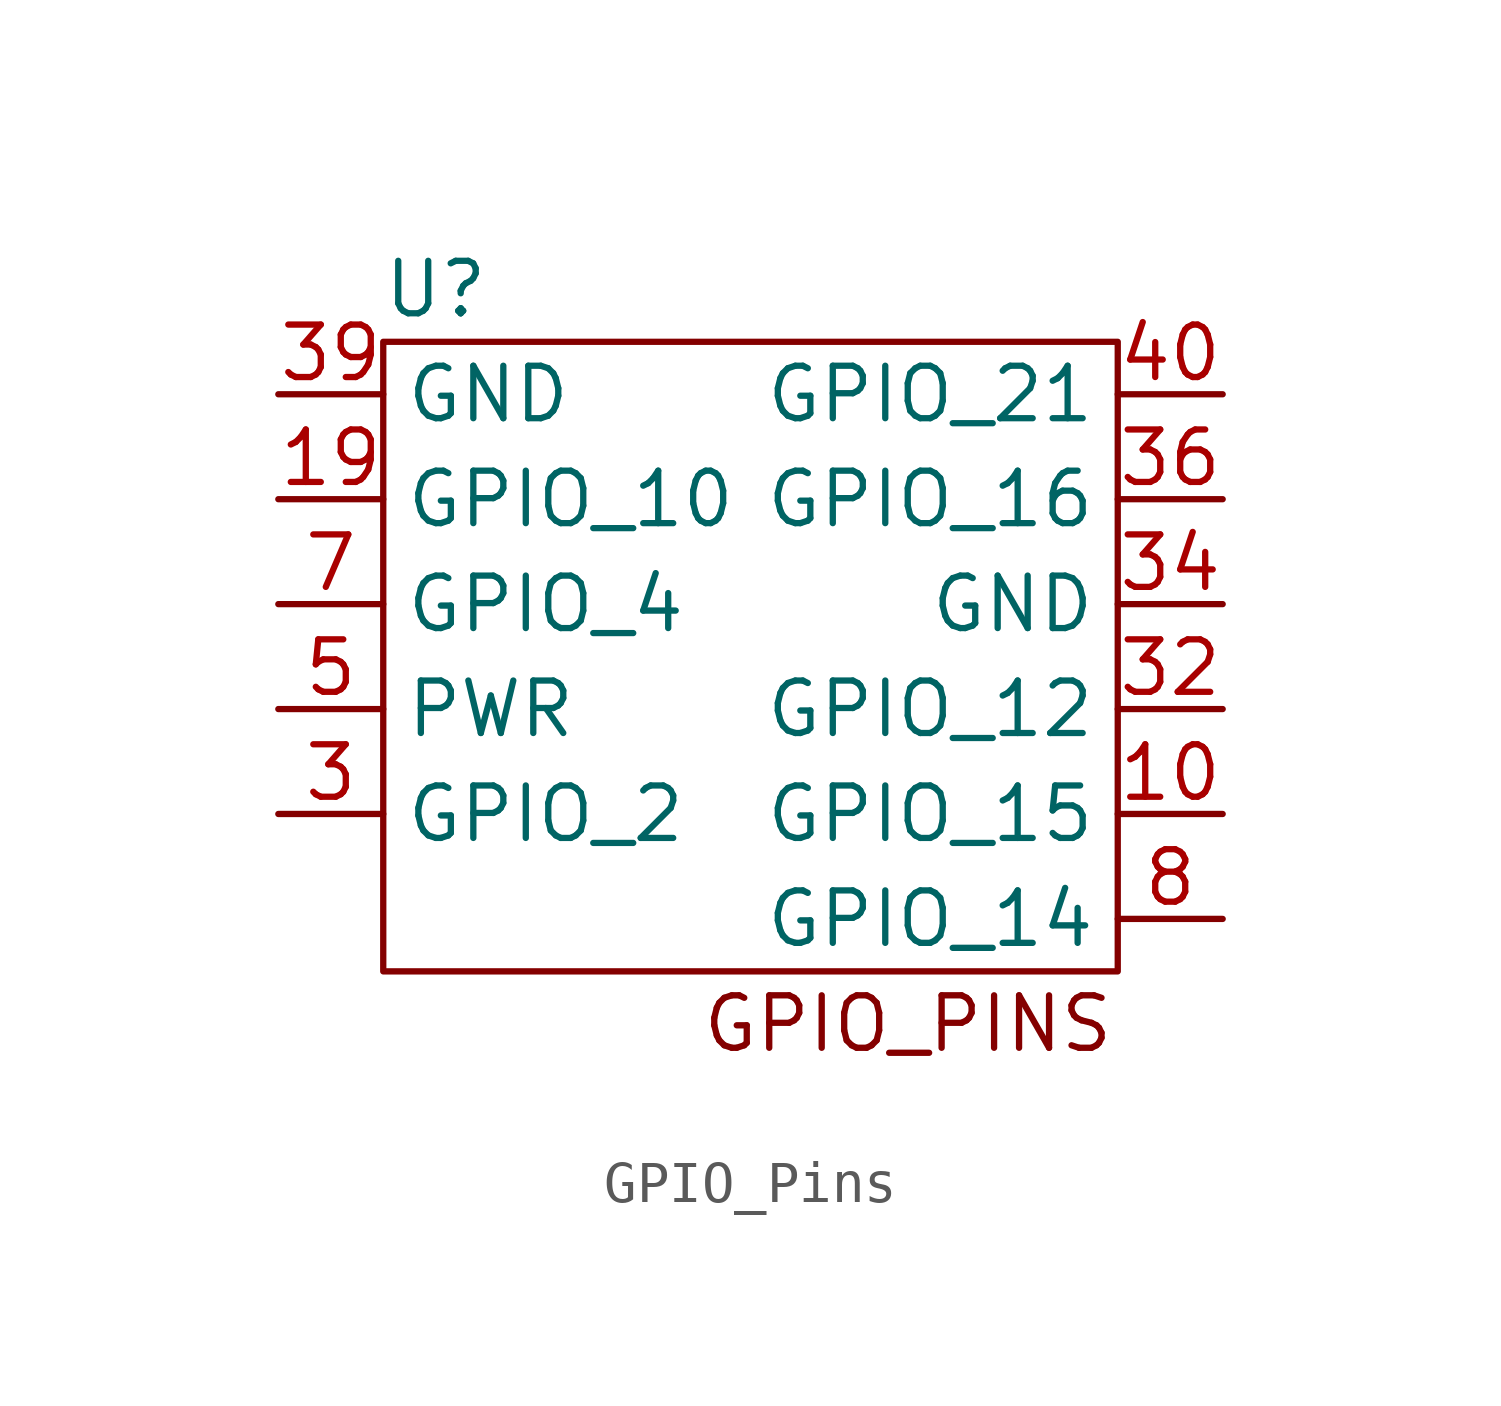
<source format=kicad_sym>
(kicad_symbol_lib
  (version 20220914)
  (generator kicad_symbol_editor)
  (symbol "GPIO_Pins"
    (property "Reference" "U"
      (at -7.62 8.89 0)
      (effects (font (size 1.27 1.27))))
    (property "Value" ""
      (at -2.54 5.08 0)
      (effects (font (size 1.27 1.27))))
    (symbol "GPIO_Pins_0_1"
      (rectangle (start -8.89 7.62) (end 8.89 -7.62) (stroke (width 0) (type default)) (fill (type none))))
    (symbol "GPIO_Pins_1_1"
      (text "GPIO_PINS\n" (at 3.81 -8.89 0) (effects (font (size 1.27 1.27))))
      (pin output line (at 11.43 -3.81 180) (length 2.54) (name "GPIO_15" (effects (font (size 1.27 1.27)))) (number "10" (effects (font (size 1.27 1.27)))))
      (pin output line (at -11.43 3.81 0) (length 2.54) (name "GPIO_10" (effects (font (size 1.27 1.27)))) (number "19" (effects (font (size 1.27 1.27)))))
      (pin output line (at -11.43 -3.81 0) (length 2.54) (name "GPIO_2" (effects (font (size 1.27 1.27)))) (number "3" (effects (font (size 1.27 1.27)))))
      (pin output line (at 11.43 -1.27 180) (length 2.54) (name "GPIO_12" (effects (font (size 1.27 1.27)))) (number "32" (effects (font (size 1.27 1.27)))))
      (pin input line (at 11.43 1.27 180) (length 2.54) (name "GND" (effects (font (size 1.27 1.27)))) (number "34" (effects (font (size 1.27 1.27)))))
      (pin output line (at 11.43 3.81 180) (length 2.54) (name "GPIO_16" (effects (font (size 1.27 1.27)))) (number "36" (effects (font (size 1.27 1.27)))))
      (pin input line (at -11.43 6.35 0) (length 2.54) (name "GND" (effects (font (size 1.27 1.27)))) (number "39" (effects (font (size 1.27 1.27)))))
      (pin output line (at 11.43 6.35 180) (length 2.54) (name "GPIO_21" (effects (font (size 1.27 1.27)))) (number "40" (effects (font (size 1.27 1.27)))))
      (pin output line (at -11.43 -1.27 0) (length 2.54) (name "PWR" (effects (font (size 1.27 1.27)))) (number "5" (effects (font (size 1.27 1.27)))))
      (pin output line (at -11.43 1.27 0) (length 2.54) (name "GPIO_4" (effects (font (size 1.27 1.27)))) (number "7" (effects (font (size 1.27 1.27)))))
      (pin output line (at 11.43 -6.35 180) (length 2.54) (name "GPIO_14" (effects (font (size 1.27 1.27)))) (number "8" (effects (font (size 1.27 1.27))))))))
</source>
